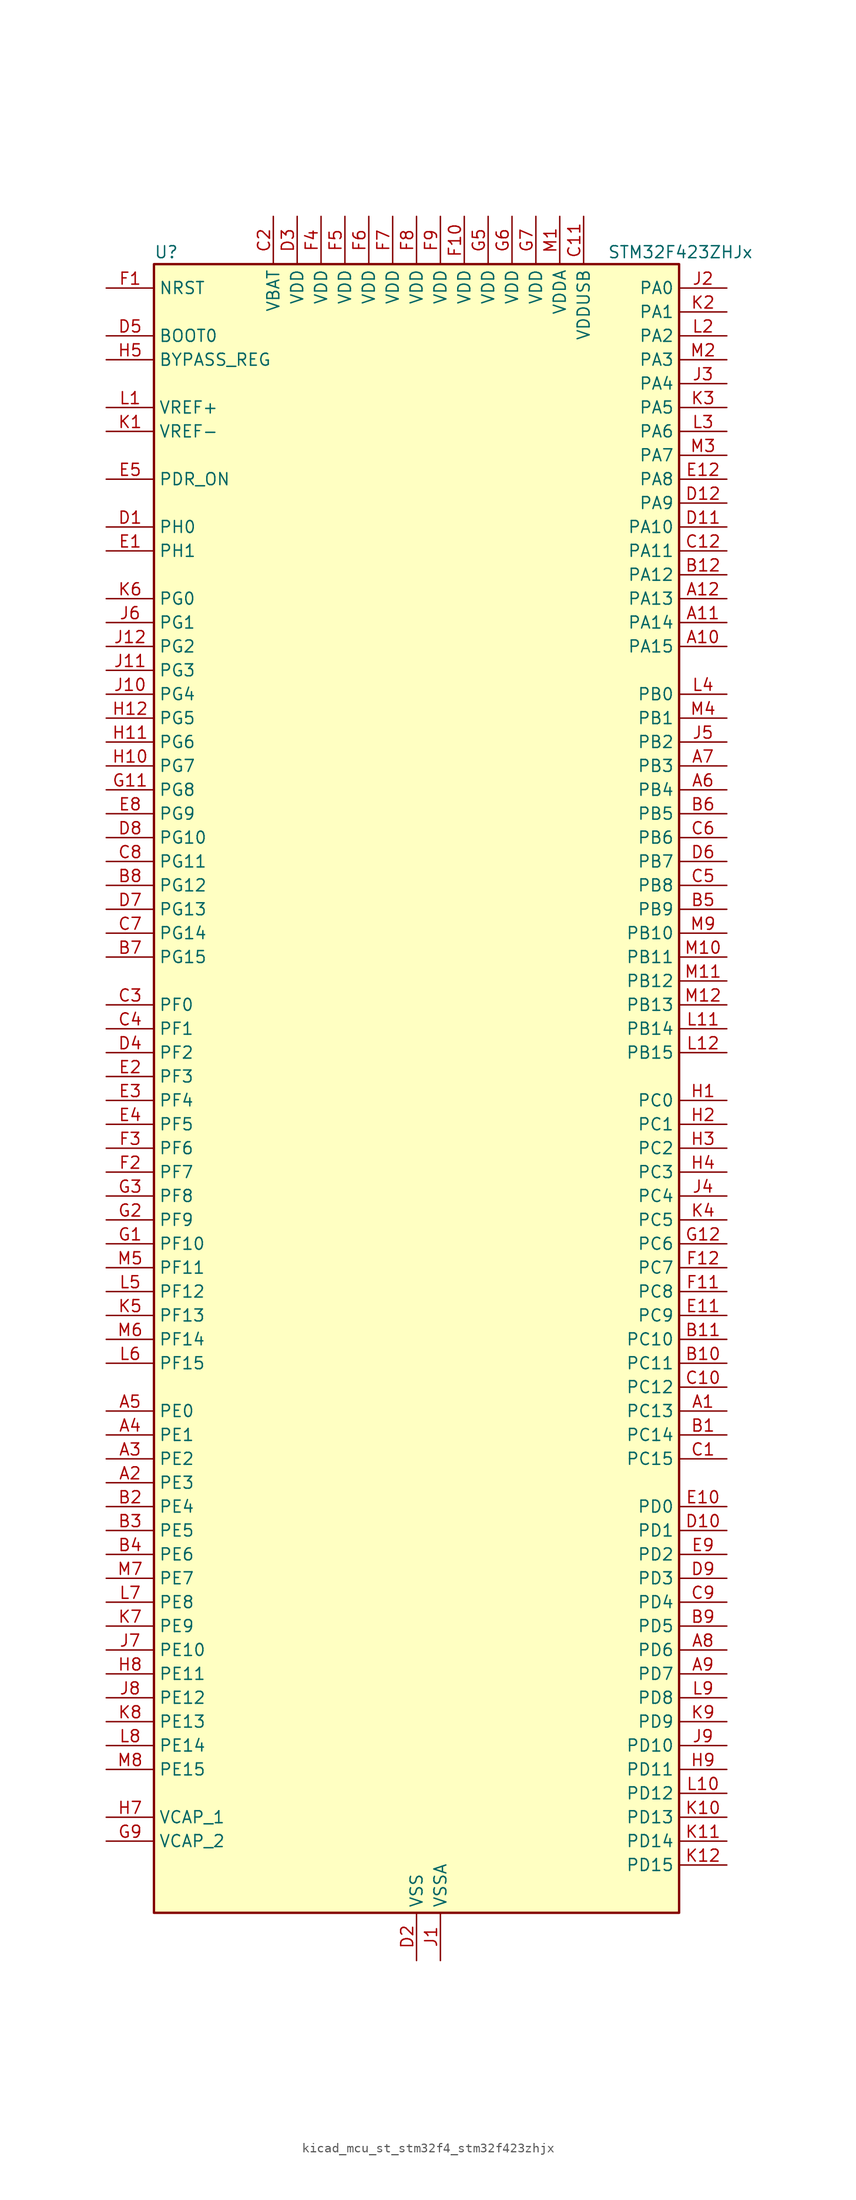
<source format=kicad_sym>
(kicad_symbol_lib
  (version 20220914)
  (generator kicad_symbol_editor)
  (symbol "kicad_mcu_st_stm32f4_stm32f423zhjx"
    (property "Reference" "U"
      (at -27.94 90.17 0)
      (effects (font (size 1.27 1.27)) (justify left)))
    (property "Value" "STM32F423ZHJx"
      (at 20.32 90.17 0)
      (effects (font (size 1.27 1.27)) (justify left)))
    (property "ki_locked" ""
      (at 0 0 0)
      (effects (font (size 1.27 1.27))))
    (symbol "kicad_mcu_st_stm32f4_stm32f423zhjx_0_1"
      (rectangle (start -27.94 -86.36) (end 27.94 88.9) (stroke (width 0.254) (type default)) (fill (type background))))
    (symbol "kicad_mcu_st_stm32f4_stm32f423zhjx_1_1"
      (pin bidirectional line (at 33.02 -33.02 180) (length 5.08) (name "PC13" (effects (font (size 1.27 1.27)))) (number "A1" (effects (font (size 1.27 1.27)))) (alternate "RTC_AF1" bidirectional line))
      (pin bidirectional line (at 33.02 48.26 180) (length 5.08) (name "PA15" (effects (font (size 1.27 1.27)))) (number "A10" (effects (font (size 1.27 1.27)))) (alternate "ADC1_EXTI15" bidirectional line) (alternate "CAN3_TX" bidirectional line) (alternate "I2S1_WS" bidirectional line) (alternate "I2S3_WS" bidirectional line) (alternate "SAI1_MCLK_A" bidirectional line) (alternate "SPI1_NSS" bidirectional line) (alternate "SPI3_NSS" bidirectional line) (alternate "SYS_JTDI" bidirectional line) (alternate "TIM2_CH1" bidirectional line) (alternate "TIM2_ETR" bidirectional line) (alternate "UART7_TX" bidirectional line) (alternate "USART1_TX" bidirectional line))
      (pin bidirectional line (at 33.02 50.8 180) (length 5.08) (name "PA14" (effects (font (size 1.27 1.27)))) (number "A11" (effects (font (size 1.27 1.27)))) (alternate "SYS_JTCK-SWCLK" bidirectional line))
      (pin bidirectional line (at 33.02 53.34 180) (length 5.08) (name "PA13" (effects (font (size 1.27 1.27)))) (number "A12" (effects (font (size 1.27 1.27)))) (alternate "SYS_JTMS-SWDIO" bidirectional line))
      (pin bidirectional line (at -33.02 -40.64 0) (length 5.08) (name "PE3" (effects (font (size 1.27 1.27)))) (number "A2" (effects (font (size 1.27 1.27)))) (alternate "FSMC_A19" bidirectional line) (alternate "SAI1_SD_B" bidirectional line) (alternate "SYS_TRACED0" bidirectional line) (alternate "UART10_TX" bidirectional line))
      (pin bidirectional line (at -33.02 -38.1 0) (length 5.08) (name "PE2" (effects (font (size 1.27 1.27)))) (number "A3" (effects (font (size 1.27 1.27)))) (alternate "FSMC_A23" bidirectional line) (alternate "I2S4_CK" bidirectional line) (alternate "I2S5_CK" bidirectional line) (alternate "QUADSPI_BK1_IO2" bidirectional line) (alternate "SAI1_MCLK_A" bidirectional line) (alternate "SPI4_SCK" bidirectional line) (alternate "SPI5_SCK" bidirectional line) (alternate "SYS_TRACECLK" bidirectional line) (alternate "UART10_RX" bidirectional line))
      (pin bidirectional line (at -33.02 -35.56 0) (length 5.08) (name "PE1" (effects (font (size 1.27 1.27)))) (number "A4" (effects (font (size 1.27 1.27)))) (alternate "DFSDM2_DATIN4" bidirectional line) (alternate "FSMC_NBL1" bidirectional line) (alternate "UART8_TX" bidirectional line))
      (pin bidirectional line (at -33.02 -33.02 0) (length 5.08) (name "PE0" (effects (font (size 1.27 1.27)))) (number "A5" (effects (font (size 1.27 1.27)))) (alternate "DFSDM2_CKIN4" bidirectional line) (alternate "FSMC_NBL0" bidirectional line) (alternate "TIM4_ETR" bidirectional line) (alternate "UART8_RX" bidirectional line))
      (pin bidirectional line (at 33.02 33.02 180) (length 5.08) (name "PB4" (effects (font (size 1.27 1.27)))) (number "A6" (effects (font (size 1.27 1.27)))) (alternate "CAN3_TX" bidirectional line) (alternate "I2C3_SDA" bidirectional line) (alternate "I2S3_ext_SD" bidirectional line) (alternate "SAI1_SCK_A" bidirectional line) (alternate "SDIO_D0" bidirectional line) (alternate "SPI1_MISO" bidirectional line) (alternate "SPI3_MISO" bidirectional line) (alternate "SYS_JTRST" bidirectional line) (alternate "TIM3_CH1" bidirectional line) (alternate "UART7_TX" bidirectional line))
      (pin bidirectional line (at 33.02 35.56 180) (length 5.08) (name "PB3" (effects (font (size 1.27 1.27)))) (number "A7" (effects (font (size 1.27 1.27)))) (alternate "CAN3_RX" bidirectional line) (alternate "FMPI2C1_SDA" bidirectional line) (alternate "I2C2_SDA" bidirectional line) (alternate "I2S1_CK" bidirectional line) (alternate "I2S3_CK" bidirectional line) (alternate "SAI1_SD_A" bidirectional line) (alternate "SPI1_SCK" bidirectional line) (alternate "SPI3_SCK" bidirectional line) (alternate "SYS_JTDO-SWO" bidirectional line) (alternate "TIM2_CH2" bidirectional line) (alternate "UART7_RX" bidirectional line) (alternate "USART1_RX" bidirectional line))
      (pin bidirectional line (at 33.02 -58.42 180) (length 5.08) (name "PD6" (effects (font (size 1.27 1.27)))) (number "A8" (effects (font (size 1.27 1.27)))) (alternate "DFSDM1_DATIN1" bidirectional line) (alternate "FSMC_NWAIT" bidirectional line) (alternate "I2S3_SD" bidirectional line) (alternate "SPI3_MOSI" bidirectional line) (alternate "USART2_RX" bidirectional line))
      (pin bidirectional line (at 33.02 -60.96 180) (length 5.08) (name "PD7" (effects (font (size 1.27 1.27)))) (number "A9" (effects (font (size 1.27 1.27)))) (alternate "DFSDM1_CKIN1" bidirectional line) (alternate "FSMC_NE1" bidirectional line) (alternate "USART2_CK" bidirectional line))
      (pin bidirectional line (at 33.02 -35.56 180) (length 5.08) (name "PC14" (effects (font (size 1.27 1.27)))) (number "B1" (effects (font (size 1.27 1.27)))) (alternate "RCC_OSC32_IN" bidirectional line))
      (pin bidirectional line (at 33.02 -27.94 180) (length 5.08) (name "PC11" (effects (font (size 1.27 1.27)))) (number "B10" (effects (font (size 1.27 1.27)))) (alternate "ADC1_EXTI11" bidirectional line) (alternate "DFSDM2_DATIN5" bidirectional line) (alternate "FSMC_D2" bidirectional line) (alternate "FSMC_DA2" bidirectional line) (alternate "I2S3_ext_SD" bidirectional line) (alternate "QUADSPI_BK2_NCS" bidirectional line) (alternate "SDIO_D3" bidirectional line) (alternate "SPI3_MISO" bidirectional line) (alternate "UART4_RX" bidirectional line) (alternate "USART3_RX" bidirectional line))
      (pin bidirectional line (at 33.02 -25.4 180) (length 5.08) (name "PC10" (effects (font (size 1.27 1.27)))) (number "B11" (effects (font (size 1.27 1.27)))) (alternate "DFSDM2_CKIN5" bidirectional line) (alternate "I2S3_CK" bidirectional line) (alternate "QUADSPI_BK1_IO1" bidirectional line) (alternate "SDIO_D2" bidirectional line) (alternate "SPI3_SCK" bidirectional line) (alternate "USART3_TX" bidirectional line))
      (pin bidirectional line (at 33.02 55.88 180) (length 5.08) (name "PA12" (effects (font (size 1.27 1.27)))) (number "B12" (effects (font (size 1.27 1.27)))) (alternate "CAN1_TX" bidirectional line) (alternate "DFSDM2_DATIN5" bidirectional line) (alternate "SPI2_MISO" bidirectional line) (alternate "SPI5_MISO" bidirectional line) (alternate "TIM1_ETR" bidirectional line) (alternate "UART4_TX" bidirectional line) (alternate "USART1_RTS" bidirectional line) (alternate "USART6_RX" bidirectional line) (alternate "USB_OTG_FS_DP" bidirectional line))
      (pin bidirectional line (at -33.02 -43.18 0) (length 5.08) (name "PE4" (effects (font (size 1.27 1.27)))) (number "B2" (effects (font (size 1.27 1.27)))) (alternate "DFSDM1_DATIN3" bidirectional line) (alternate "FSMC_A20" bidirectional line) (alternate "I2S4_WS" bidirectional line) (alternate "I2S5_WS" bidirectional line) (alternate "SAI1_SD_A" bidirectional line) (alternate "SPI4_NSS" bidirectional line) (alternate "SPI5_NSS" bidirectional line) (alternate "SYS_TRACED1" bidirectional line))
      (pin bidirectional line (at -33.02 -45.72 0) (length 5.08) (name "PE5" (effects (font (size 1.27 1.27)))) (number "B3" (effects (font (size 1.27 1.27)))) (alternate "DFSDM1_CKIN3" bidirectional line) (alternate "FSMC_A21" bidirectional line) (alternate "SAI1_SCK_A" bidirectional line) (alternate "SPI4_MISO" bidirectional line) (alternate "SPI5_MISO" bidirectional line) (alternate "SYS_TRACED2" bidirectional line) (alternate "TIM9_CH1" bidirectional line))
      (pin bidirectional line (at -33.02 -48.26 0) (length 5.08) (name "PE6" (effects (font (size 1.27 1.27)))) (number "B4" (effects (font (size 1.27 1.27)))) (alternate "FSMC_A22" bidirectional line) (alternate "I2S4_SD" bidirectional line) (alternate "I2S5_SD" bidirectional line) (alternate "SAI1_FS_A" bidirectional line) (alternate "SPI4_MOSI" bidirectional line) (alternate "SPI5_MOSI" bidirectional line) (alternate "SYS_TRACED3" bidirectional line) (alternate "TIM9_CH2" bidirectional line))
      (pin bidirectional line (at 33.02 20.32 180) (length 5.08) (name "PB9" (effects (font (size 1.27 1.27)))) (number "B5" (effects (font (size 1.27 1.27)))) (alternate "CAN1_TX" bidirectional line) (alternate "DAC_EXTI9" bidirectional line) (alternate "DFSDM2_DATIN1" bidirectional line) (alternate "I2C1_SDA" bidirectional line) (alternate "I2C2_SDA" bidirectional line) (alternate "I2S2_WS" bidirectional line) (alternate "SDIO_D5" bidirectional line) (alternate "SPI2_NSS" bidirectional line) (alternate "TIM11_CH1" bidirectional line) (alternate "TIM4_CH4" bidirectional line) (alternate "UART5_TX" bidirectional line))
      (pin bidirectional line (at 33.02 30.48 180) (length 5.08) (name "PB5" (effects (font (size 1.27 1.27)))) (number "B6" (effects (font (size 1.27 1.27)))) (alternate "CAN2_RX" bidirectional line) (alternate "I2C1_SMBA" bidirectional line) (alternate "I2S1_SD" bidirectional line) (alternate "I2S3_SD" bidirectional line) (alternate "LPTIM1_IN1" bidirectional line) (alternate "SAI1_FS_A" bidirectional line) (alternate "SDIO_D3" bidirectional line) (alternate "SPI1_MOSI" bidirectional line) (alternate "SPI3_MOSI" bidirectional line) (alternate "TIM3_CH2" bidirectional line) (alternate "UART5_RX" bidirectional line))
      (pin bidirectional line (at -33.02 15.24 0) (length 5.08) (name "PG15" (effects (font (size 1.27 1.27)))) (number "B7" (effects (font (size 1.27 1.27)))) (alternate "ADC1_EXTI15" bidirectional line) (alternate "USART6_CTS" bidirectional line))
      (pin bidirectional line (at -33.02 22.86 0) (length 5.08) (name "PG12" (effects (font (size 1.27 1.27)))) (number "B8" (effects (font (size 1.27 1.27)))) (alternate "CAN2_TX" bidirectional line) (alternate "FSMC_NE4" bidirectional line) (alternate "UART10_TX" bidirectional line) (alternate "USART6_RTS" bidirectional line))
      (pin bidirectional line (at 33.02 -55.88 180) (length 5.08) (name "PD5" (effects (font (size 1.27 1.27)))) (number "B9" (effects (font (size 1.27 1.27)))) (alternate "DFSDM2_CKOUT" bidirectional line) (alternate "FSMC_NWE" bidirectional line) (alternate "USART2_TX" bidirectional line))
      (pin bidirectional line (at 33.02 -38.1 180) (length 5.08) (name "PC15" (effects (font (size 1.27 1.27)))) (number "C1" (effects (font (size 1.27 1.27)))) (alternate "ADC1_EXTI15" bidirectional line) (alternate "RCC_OSC32_OUT" bidirectional line))
      (pin bidirectional line (at 33.02 -30.48 180) (length 5.08) (name "PC12" (effects (font (size 1.27 1.27)))) (number "C10" (effects (font (size 1.27 1.27)))) (alternate "FSMC_D3" bidirectional line) (alternate "FSMC_DA3" bidirectional line) (alternate "I2S3_SD" bidirectional line) (alternate "SDIO_CK" bidirectional line) (alternate "SPI3_MOSI" bidirectional line) (alternate "UART5_TX" bidirectional line) (alternate "USART3_CK" bidirectional line))
      (pin power_in line (at 17.78 93.98 270) (length 5.08) (name "VDDUSB" (effects (font (size 1.27 1.27)))) (number "C11" (effects (font (size 1.27 1.27)))))
      (pin bidirectional line (at 33.02 58.42 180) (length 5.08) (name "PA11" (effects (font (size 1.27 1.27)))) (number "C12" (effects (font (size 1.27 1.27)))) (alternate "ADC1_EXTI11" bidirectional line) (alternate "CAN1_RX" bidirectional line) (alternate "DFSDM2_CKIN5" bidirectional line) (alternate "I2S2_WS" bidirectional line) (alternate "SPI2_NSS" bidirectional line) (alternate "SPI4_MISO" bidirectional line) (alternate "TIM1_CH4" bidirectional line) (alternate "UART4_RX" bidirectional line) (alternate "USART1_CTS" bidirectional line) (alternate "USART6_TX" bidirectional line) (alternate "USB_OTG_FS_DM" bidirectional line))
      (pin power_in line (at -15.24 93.98 270) (length 5.08) (name "VBAT" (effects (font (size 1.27 1.27)))) (number "C2" (effects (font (size 1.27 1.27)))))
      (pin bidirectional line (at -33.02 10.16 0) (length 5.08) (name "PF0" (effects (font (size 1.27 1.27)))) (number "C3" (effects (font (size 1.27 1.27)))) (alternate "FSMC_A0" bidirectional line) (alternate "I2C2_SDA" bidirectional line))
      (pin bidirectional line (at -33.02 7.62 0) (length 5.08) (name "PF1" (effects (font (size 1.27 1.27)))) (number "C4" (effects (font (size 1.27 1.27)))) (alternate "FSMC_A1" bidirectional line) (alternate "I2C2_SCL" bidirectional line))
      (pin bidirectional line (at 33.02 22.86 180) (length 5.08) (name "PB8" (effects (font (size 1.27 1.27)))) (number "C5" (effects (font (size 1.27 1.27)))) (alternate "CAN1_RX" bidirectional line) (alternate "DFSDM2_CKIN1" bidirectional line) (alternate "I2C1_SCL" bidirectional line) (alternate "I2C3_SDA" bidirectional line) (alternate "I2S5_SD" bidirectional line) (alternate "LPTIM1_OUT" bidirectional line) (alternate "SDIO_D4" bidirectional line) (alternate "SPI5_MOSI" bidirectional line) (alternate "TIM10_CH1" bidirectional line) (alternate "TIM4_CH3" bidirectional line) (alternate "UART5_RX" bidirectional line))
      (pin bidirectional line (at 33.02 27.94 180) (length 5.08) (name "PB6" (effects (font (size 1.27 1.27)))) (number "C6" (effects (font (size 1.27 1.27)))) (alternate "CAN2_TX" bidirectional line) (alternate "DFSDM2_CKIN7" bidirectional line) (alternate "I2C1_SCL" bidirectional line) (alternate "LPTIM1_ETR" bidirectional line) (alternate "QUADSPI_BK1_NCS" bidirectional line) (alternate "SDIO_D0" bidirectional line) (alternate "TIM4_CH1" bidirectional line) (alternate "UART5_TX" bidirectional line) (alternate "USART1_TX" bidirectional line))
      (pin bidirectional line (at -33.02 17.78 0) (length 5.08) (name "PG14" (effects (font (size 1.27 1.27)))) (number "C7" (effects (font (size 1.27 1.27)))) (alternate "FSMC_A25" bidirectional line) (alternate "QUADSPI_BK2_IO3" bidirectional line) (alternate "SYS_TRACED3" bidirectional line) (alternate "USART6_TX" bidirectional line))
      (pin bidirectional line (at -33.02 25.4 0) (length 5.08) (name "PG11" (effects (font (size 1.27 1.27)))) (number "C8" (effects (font (size 1.27 1.27)))) (alternate "ADC1_EXTI11" bidirectional line) (alternate "CAN2_RX" bidirectional line) (alternate "UART10_RX" bidirectional line))
      (pin bidirectional line (at 33.02 -53.34 180) (length 5.08) (name "PD4" (effects (font (size 1.27 1.27)))) (number "C9" (effects (font (size 1.27 1.27)))) (alternate "DFSDM1_CKIN0" bidirectional line) (alternate "FSMC_NOE" bidirectional line) (alternate "USART2_RTS" bidirectional line))
      (pin bidirectional line (at -33.02 60.96 0) (length 5.08) (name "PH0" (effects (font (size 1.27 1.27)))) (number "D1" (effects (font (size 1.27 1.27)))) (alternate "RCC_OSC_IN" bidirectional line))
      (pin bidirectional line (at 33.02 -45.72 180) (length 5.08) (name "PD1" (effects (font (size 1.27 1.27)))) (number "D10" (effects (font (size 1.27 1.27)))) (alternate "CAN1_TX" bidirectional line) (alternate "DFSDM2_DATIN6" bidirectional line) (alternate "FSMC_D3" bidirectional line) (alternate "FSMC_DA3" bidirectional line) (alternate "UART4_TX" bidirectional line))
      (pin bidirectional line (at 33.02 60.96 180) (length 5.08) (name "PA10" (effects (font (size 1.27 1.27)))) (number "D11" (effects (font (size 1.27 1.27)))) (alternate "DFSDM2_DATIN3" bidirectional line) (alternate "I2S2_SD" bidirectional line) (alternate "I2S5_SD" bidirectional line) (alternate "SPI2_MOSI" bidirectional line) (alternate "SPI5_MOSI" bidirectional line) (alternate "TIM1_CH3" bidirectional line) (alternate "USART1_RX" bidirectional line) (alternate "USB_OTG_FS_ID" bidirectional line))
      (pin bidirectional line (at 33.02 63.5 180) (length 5.08) (name "PA9" (effects (font (size 1.27 1.27)))) (number "D12" (effects (font (size 1.27 1.27)))) (alternate "DAC_EXTI9" bidirectional line) (alternate "DFSDM2_CKIN3" bidirectional line) (alternate "I2C3_SMBA" bidirectional line) (alternate "I2S2_CK" bidirectional line) (alternate "SDIO_D2" bidirectional line) (alternate "SPI2_SCK" bidirectional line) (alternate "TIM1_CH2" bidirectional line) (alternate "USART1_TX" bidirectional line) (alternate "USB_OTG_FS_VBUS" bidirectional line))
      (pin power_in line (at 0 -91.44 90) (length 5.08) (name "VSS" (effects (font (size 1.27 1.27)))) (number "D2" (effects (font (size 1.27 1.27)))))
      (pin power_in line (at -12.7 93.98 270) (length 5.08) (name "VDD" (effects (font (size 1.27 1.27)))) (number "D3" (effects (font (size 1.27 1.27)))))
      (pin bidirectional line (at -33.02 5.08 0) (length 5.08) (name "PF2" (effects (font (size 1.27 1.27)))) (number "D4" (effects (font (size 1.27 1.27)))) (alternate "FSMC_A2" bidirectional line) (alternate "I2C2_SMBA" bidirectional line))
      (pin input line (at -33.02 81.28 0) (length 5.08) (name "BOOT0" (effects (font (size 1.27 1.27)))) (number "D5" (effects (font (size 1.27 1.27)))))
      (pin bidirectional line (at 33.02 25.4 180) (length 5.08) (name "PB7" (effects (font (size 1.27 1.27)))) (number "D6" (effects (font (size 1.27 1.27)))) (alternate "DFSDM2_DATIN7" bidirectional line) (alternate "FSMC_NL" bidirectional line) (alternate "I2C1_SDA" bidirectional line) (alternate "LPTIM1_IN2" bidirectional line) (alternate "TIM4_CH2" bidirectional line) (alternate "USART1_RX" bidirectional line))
      (pin bidirectional line (at -33.02 20.32 0) (length 5.08) (name "PG13" (effects (font (size 1.27 1.27)))) (number "D7" (effects (font (size 1.27 1.27)))) (alternate "FSMC_A24" bidirectional line) (alternate "SYS_TRACED2" bidirectional line) (alternate "USART6_CTS" bidirectional line))
      (pin bidirectional line (at -33.02 27.94 0) (length 5.08) (name "PG10" (effects (font (size 1.27 1.27)))) (number "D8" (effects (font (size 1.27 1.27)))) (alternate "FSMC_NE3" bidirectional line))
      (pin bidirectional line (at 33.02 -50.8 180) (length 5.08) (name "PD3" (effects (font (size 1.27 1.27)))) (number "D9" (effects (font (size 1.27 1.27)))) (alternate "DFSDM1_DATIN0" bidirectional line) (alternate "FSMC_CLK" bidirectional line) (alternate "I2S2_CK" bidirectional line) (alternate "QUADSPI_CLK" bidirectional line) (alternate "SPI2_SCK" bidirectional line) (alternate "SYS_TRACED1" bidirectional line) (alternate "USART2_CTS" bidirectional line))
      (pin bidirectional line (at -33.02 58.42 0) (length 5.08) (name "PH1" (effects (font (size 1.27 1.27)))) (number "E1" (effects (font (size 1.27 1.27)))) (alternate "RCC_OSC_OUT" bidirectional line))
      (pin bidirectional line (at 33.02 -43.18 180) (length 5.08) (name "PD0" (effects (font (size 1.27 1.27)))) (number "E10" (effects (font (size 1.27 1.27)))) (alternate "CAN1_RX" bidirectional line) (alternate "DFSDM2_CKIN6" bidirectional line) (alternate "FSMC_D2" bidirectional line) (alternate "FSMC_DA2" bidirectional line) (alternate "UART4_RX" bidirectional line))
      (pin bidirectional line (at 33.02 -22.86 180) (length 5.08) (name "PC9" (effects (font (size 1.27 1.27)))) (number "E11" (effects (font (size 1.27 1.27)))) (alternate "DAC_EXTI9" bidirectional line) (alternate "DFSDM2_DATIN3" bidirectional line) (alternate "I2C3_SDA" bidirectional line) (alternate "I2S_CKIN" bidirectional line) (alternate "QUADSPI_BK1_IO0" bidirectional line) (alternate "RCC_MCO_2" bidirectional line) (alternate "SDIO_D1" bidirectional line) (alternate "TIM3_CH4" bidirectional line) (alternate "TIM8_CH4" bidirectional line))
      (pin bidirectional line (at 33.02 66.04 180) (length 5.08) (name "PA8" (effects (font (size 1.27 1.27)))) (number "E12" (effects (font (size 1.27 1.27)))) (alternate "CAN3_RX" bidirectional line) (alternate "DFSDM1_CKOUT" bidirectional line) (alternate "I2C3_SCL" bidirectional line) (alternate "RCC_MCO_1" bidirectional line) (alternate "SDIO_D1" bidirectional line) (alternate "TIM1_CH1" bidirectional line) (alternate "UART7_RX" bidirectional line) (alternate "USART1_CK" bidirectional line) (alternate "USB_OTG_FS_SOF" bidirectional line))
      (pin bidirectional line (at -33.02 2.54 0) (length 5.08) (name "PF3" (effects (font (size 1.27 1.27)))) (number "E2" (effects (font (size 1.27 1.27)))) (alternate "FSMC_A3" bidirectional line) (alternate "TIM5_CH1" bidirectional line))
      (pin bidirectional line (at -33.02 0 0) (length 5.08) (name "PF4" (effects (font (size 1.27 1.27)))) (number "E3" (effects (font (size 1.27 1.27)))) (alternate "FSMC_A4" bidirectional line) (alternate "TIM5_CH2" bidirectional line))
      (pin bidirectional line (at -33.02 -2.54 0) (length 5.08) (name "PF5" (effects (font (size 1.27 1.27)))) (number "E4" (effects (font (size 1.27 1.27)))) (alternate "FSMC_A5" bidirectional line) (alternate "TIM5_CH3" bidirectional line))
      (pin input line (at -33.02 66.04 0) (length 5.08) (name "PDR_ON" (effects (font (size 1.27 1.27)))) (number "E5" (effects (font (size 1.27 1.27)))))
      (pin passive line (at 0 -91.44 90) (length 5.08) hide (name "VSS" (effects (font (size 1.27 1.27)))) (number "E6" (effects (font (size 1.27 1.27)))))
      (pin passive line (at 0 -91.44 90) (length 5.08) hide (name "VSS" (effects (font (size 1.27 1.27)))) (number "E7" (effects (font (size 1.27 1.27)))))
      (pin bidirectional line (at -33.02 30.48 0) (length 5.08) (name "PG9" (effects (font (size 1.27 1.27)))) (number "E8" (effects (font (size 1.27 1.27)))) (alternate "DAC_EXTI9" bidirectional line) (alternate "FSMC_NE2" bidirectional line) (alternate "QUADSPI_BK2_IO2" bidirectional line) (alternate "USART6_RX" bidirectional line))
      (pin bidirectional line (at 33.02 -48.26 180) (length 5.08) (name "PD2" (effects (font (size 1.27 1.27)))) (number "E9" (effects (font (size 1.27 1.27)))) (alternate "DFSDM2_CKOUT" bidirectional line) (alternate "FSMC_NWE" bidirectional line) (alternate "SDIO_CMD" bidirectional line) (alternate "TIM3_ETR" bidirectional line) (alternate "UART5_RX" bidirectional line))
      (pin input line (at -33.02 86.36 0) (length 5.08) (name "NRST" (effects (font (size 1.27 1.27)))) (number "F1" (effects (font (size 1.27 1.27)))))
      (pin power_in line (at 5.08 93.98 270) (length 5.08) (name "VDD" (effects (font (size 1.27 1.27)))) (number "F10" (effects (font (size 1.27 1.27)))))
      (pin bidirectional line (at 33.02 -20.32 180) (length 5.08) (name "PC8" (effects (font (size 1.27 1.27)))) (number "F11" (effects (font (size 1.27 1.27)))) (alternate "DFSDM2_CKIN3" bidirectional line) (alternate "QUADSPI_BK1_IO2" bidirectional line) (alternate "SDIO_D0" bidirectional line) (alternate "TIM3_CH3" bidirectional line) (alternate "TIM8_CH3" bidirectional line) (alternate "USART6_CK" bidirectional line))
      (pin bidirectional line (at 33.02 -17.78 180) (length 5.08) (name "PC7" (effects (font (size 1.27 1.27)))) (number "F12" (effects (font (size 1.27 1.27)))) (alternate "DFSDM1_DATIN3" bidirectional line) (alternate "DFSDM2_CKIN6" bidirectional line) (alternate "FMPI2C1_SDA" bidirectional line) (alternate "I2S2_CK" bidirectional line) (alternate "I2S3_MCK" bidirectional line) (alternate "SDIO_D7" bidirectional line) (alternate "SPI2_SCK" bidirectional line) (alternate "TIM3_CH2" bidirectional line) (alternate "TIM8_CH2" bidirectional line) (alternate "USART6_RX" bidirectional line))
      (pin bidirectional line (at -33.02 -7.62 0) (length 5.08) (name "PF7" (effects (font (size 1.27 1.27)))) (number "F2" (effects (font (size 1.27 1.27)))) (alternate "QUADSPI_BK1_IO2" bidirectional line) (alternate "SAI1_MCLK_B" bidirectional line) (alternate "SYS_TRACED1" bidirectional line) (alternate "TIM11_CH1" bidirectional line) (alternate "UART7_TX" bidirectional line))
      (pin bidirectional line (at -33.02 -5.08 0) (length 5.08) (name "PF6" (effects (font (size 1.27 1.27)))) (number "F3" (effects (font (size 1.27 1.27)))) (alternate "QUADSPI_BK1_IO3" bidirectional line) (alternate "SAI1_SD_B" bidirectional line) (alternate "SYS_TRACED0" bidirectional line) (alternate "TIM10_CH1" bidirectional line) (alternate "UART7_RX" bidirectional line))
      (pin power_in line (at -10.16 93.98 270) (length 5.08) (name "VDD" (effects (font (size 1.27 1.27)))) (number "F4" (effects (font (size 1.27 1.27)))))
      (pin power_in line (at -7.62 93.98 270) (length 5.08) (name "VDD" (effects (font (size 1.27 1.27)))) (number "F5" (effects (font (size 1.27 1.27)))))
      (pin power_in line (at -5.08 93.98 270) (length 5.08) (name "VDD" (effects (font (size 1.27 1.27)))) (number "F6" (effects (font (size 1.27 1.27)))))
      (pin power_in line (at -2.54 93.98 270) (length 5.08) (name "VDD" (effects (font (size 1.27 1.27)))) (number "F7" (effects (font (size 1.27 1.27)))))
      (pin power_in line (at 0 93.98 270) (length 5.08) (name "VDD" (effects (font (size 1.27 1.27)))) (number "F8" (effects (font (size 1.27 1.27)))))
      (pin power_in line (at 2.54 93.98 270) (length 5.08) (name "VDD" (effects (font (size 1.27 1.27)))) (number "F9" (effects (font (size 1.27 1.27)))))
      (pin bidirectional line (at -33.02 -15.24 0) (length 5.08) (name "PF10" (effects (font (size 1.27 1.27)))) (number "G1" (effects (font (size 1.27 1.27)))) (alternate "TIM1_ETR" bidirectional line) (alternate "TIM5_CH4" bidirectional line))
      (pin passive line (at 0 -91.44 90) (length 5.08) hide (name "VSS" (effects (font (size 1.27 1.27)))) (number "G10" (effects (font (size 1.27 1.27)))))
      (pin bidirectional line (at -33.02 33.02 0) (length 5.08) (name "PG8" (effects (font (size 1.27 1.27)))) (number "G11" (effects (font (size 1.27 1.27)))) (alternate "USART6_RTS" bidirectional line))
      (pin bidirectional line (at 33.02 -15.24 180) (length 5.08) (name "PC6" (effects (font (size 1.27 1.27)))) (number "G12" (effects (font (size 1.27 1.27)))) (alternate "DFSDM1_CKIN3" bidirectional line) (alternate "DFSDM2_DATIN6" bidirectional line) (alternate "FMPI2C1_SCL" bidirectional line) (alternate "FSMC_D1" bidirectional line) (alternate "FSMC_DA1" bidirectional line) (alternate "I2S2_MCK" bidirectional line) (alternate "SDIO_D6" bidirectional line) (alternate "TIM3_CH1" bidirectional line) (alternate "TIM8_CH1" bidirectional line) (alternate "USART6_TX" bidirectional line))
      (pin bidirectional line (at -33.02 -12.7 0) (length 5.08) (name "PF9" (effects (font (size 1.27 1.27)))) (number "G2" (effects (font (size 1.27 1.27)))) (alternate "DAC_EXTI9" bidirectional line) (alternate "QUADSPI_BK1_IO1" bidirectional line) (alternate "SAI1_FS_B" bidirectional line) (alternate "TIM14_CH1" bidirectional line) (alternate "UART8_TX" bidirectional line))
      (pin bidirectional line (at -33.02 -10.16 0) (length 5.08) (name "PF8" (effects (font (size 1.27 1.27)))) (number "G3" (effects (font (size 1.27 1.27)))) (alternate "QUADSPI_BK1_IO0" bidirectional line) (alternate "SAI1_SCK_B" bidirectional line) (alternate "TIM13_CH1" bidirectional line) (alternate "UART8_RX" bidirectional line))
      (pin passive line (at 0 -91.44 90) (length 5.08) hide (name "VSS" (effects (font (size 1.27 1.27)))) (number "G4" (effects (font (size 1.27 1.27)))))
      (pin power_in line (at 7.62 93.98 270) (length 5.08) (name "VDD" (effects (font (size 1.27 1.27)))) (number "G5" (effects (font (size 1.27 1.27)))))
      (pin power_in line (at 10.16 93.98 270) (length 5.08) (name "VDD" (effects (font (size 1.27 1.27)))) (number "G6" (effects (font (size 1.27 1.27)))))
      (pin power_in line (at 12.7 93.98 270) (length 5.08) (name "VDD" (effects (font (size 1.27 1.27)))) (number "G7" (effects (font (size 1.27 1.27)))))
      (pin passive line (at 0 -91.44 90) (length 5.08) hide (name "VSS" (effects (font (size 1.27 1.27)))) (number "G8" (effects (font (size 1.27 1.27)))))
      (pin power_out line (at -33.02 -78.74 0) (length 5.08) (name "VCAP_2" (effects (font (size 1.27 1.27)))) (number "G9" (effects (font (size 1.27 1.27)))))
      (pin bidirectional line (at 33.02 0 180) (length 5.08) (name "PC0" (effects (font (size 1.27 1.27)))) (number "H1" (effects (font (size 1.27 1.27)))) (alternate "ADC1_IN10" bidirectional line) (alternate "DFSDM2_CKIN4" bidirectional line) (alternate "LPTIM1_IN1" bidirectional line) (alternate "SAI1_MCLK_B" bidirectional line) (alternate "SYS_WKUP2" bidirectional line))
      (pin bidirectional line (at -33.02 35.56 0) (length 5.08) (name "PG7" (effects (font (size 1.27 1.27)))) (number "H10" (effects (font (size 1.27 1.27)))) (alternate "USART6_CK" bidirectional line))
      (pin bidirectional line (at -33.02 38.1 0) (length 5.08) (name "PG6" (effects (font (size 1.27 1.27)))) (number "H11" (effects (font (size 1.27 1.27)))) (alternate "QUADSPI_BK1_NCS" bidirectional line))
      (pin bidirectional line (at -33.02 40.64 0) (length 5.08) (name "PG5" (effects (font (size 1.27 1.27)))) (number "H12" (effects (font (size 1.27 1.27)))) (alternate "FSMC_A15" bidirectional line))
      (pin bidirectional line (at 33.02 -2.54 180) (length 5.08) (name "PC1" (effects (font (size 1.27 1.27)))) (number "H2" (effects (font (size 1.27 1.27)))) (alternate "ADC1_IN11" bidirectional line) (alternate "DFSDM2_DATIN4" bidirectional line) (alternate "LPTIM1_OUT" bidirectional line) (alternate "SAI1_SD_B" bidirectional line) (alternate "SYS_WKUP3" bidirectional line))
      (pin bidirectional line (at 33.02 -5.08 180) (length 5.08) (name "PC2" (effects (font (size 1.27 1.27)))) (number "H3" (effects (font (size 1.27 1.27)))) (alternate "ADC1_IN12" bidirectional line) (alternate "DFSDM1_CKOUT" bidirectional line) (alternate "DFSDM2_DATIN7" bidirectional line) (alternate "FSMC_NWE" bidirectional line) (alternate "I2S2_ext_SD" bidirectional line) (alternate "LPTIM1_IN2" bidirectional line) (alternate "SAI1_SCK_B" bidirectional line) (alternate "SPI2_MISO" bidirectional line))
      (pin bidirectional line (at 33.02 -7.62 180) (length 5.08) (name "PC3" (effects (font (size 1.27 1.27)))) (number "H4" (effects (font (size 1.27 1.27)))) (alternate "ADC1_IN13" bidirectional line) (alternate "DFSDM2_CKIN7" bidirectional line) (alternate "FSMC_A0" bidirectional line) (alternate "I2S2_SD" bidirectional line) (alternate "LPTIM1_ETR" bidirectional line) (alternate "SAI1_FS_B" bidirectional line) (alternate "SPI2_MOSI" bidirectional line))
      (pin input line (at -33.02 78.74 0) (length 5.08) (name "BYPASS_REG" (effects (font (size 1.27 1.27)))) (number "H5" (effects (font (size 1.27 1.27)))))
      (pin passive line (at 0 -91.44 90) (length 5.08) hide (name "VSS" (effects (font (size 1.27 1.27)))) (number "H6" (effects (font (size 1.27 1.27)))))
      (pin power_out line (at -33.02 -76.2 0) (length 5.08) (name "VCAP_1" (effects (font (size 1.27 1.27)))) (number "H7" (effects (font (size 1.27 1.27)))))
      (pin bidirectional line (at -33.02 -60.96 0) (length 5.08) (name "PE11" (effects (font (size 1.27 1.27)))) (number "H8" (effects (font (size 1.27 1.27)))) (alternate "ADC1_EXTI11" bidirectional line) (alternate "DFSDM2_CKIN0" bidirectional line) (alternate "FSMC_D8" bidirectional line) (alternate "FSMC_DA8" bidirectional line) (alternate "I2S4_WS" bidirectional line) (alternate "I2S5_WS" bidirectional line) (alternate "SPI4_NSS" bidirectional line) (alternate "SPI5_NSS" bidirectional line) (alternate "TIM1_CH2" bidirectional line))
      (pin bidirectional line (at 33.02 -71.12 180) (length 5.08) (name "PD11" (effects (font (size 1.27 1.27)))) (number "H9" (effects (font (size 1.27 1.27)))) (alternate "ADC1_EXTI11" bidirectional line) (alternate "DFSDM2_DATIN2" bidirectional line) (alternate "FMPI2C1_SMBA" bidirectional line) (alternate "FSMC_A16" bidirectional line) (alternate "QUADSPI_BK1_IO0" bidirectional line) (alternate "USART3_CTS" bidirectional line))
      (pin power_in line (at 2.54 -91.44 90) (length 5.08) (name "VSSA" (effects (font (size 1.27 1.27)))) (number "J1" (effects (font (size 1.27 1.27)))))
      (pin bidirectional line (at -33.02 43.18 0) (length 5.08) (name "PG4" (effects (font (size 1.27 1.27)))) (number "J10" (effects (font (size 1.27 1.27)))) (alternate "FSMC_A14" bidirectional line))
      (pin bidirectional line (at -33.02 45.72 0) (length 5.08) (name "PG3" (effects (font (size 1.27 1.27)))) (number "J11" (effects (font (size 1.27 1.27)))) (alternate "FSMC_A13" bidirectional line))
      (pin bidirectional line (at -33.02 48.26 0) (length 5.08) (name "PG2" (effects (font (size 1.27 1.27)))) (number "J12" (effects (font (size 1.27 1.27)))) (alternate "FSMC_A12" bidirectional line))
      (pin bidirectional line (at 33.02 86.36 180) (length 5.08) (name "PA0" (effects (font (size 1.27 1.27)))) (number "J2" (effects (font (size 1.27 1.27)))) (alternate "ADC1_IN0" bidirectional line) (alternate "SYS_WKUP1" bidirectional line) (alternate "TIM2_CH1" bidirectional line) (alternate "TIM2_ETR" bidirectional line) (alternate "TIM5_CH1" bidirectional line) (alternate "TIM8_ETR" bidirectional line) (alternate "UART4_TX" bidirectional line) (alternate "USART2_CTS" bidirectional line))
      (pin bidirectional line (at 33.02 76.2 180) (length 5.08) (name "PA4" (effects (font (size 1.27 1.27)))) (number "J3" (effects (font (size 1.27 1.27)))) (alternate "ADC1_IN4" bidirectional line) (alternate "DAC_OUT1" bidirectional line) (alternate "DFSDM1_DATIN1" bidirectional line) (alternate "FSMC_D6" bidirectional line) (alternate "FSMC_DA6" bidirectional line) (alternate "I2S1_WS" bidirectional line) (alternate "I2S3_WS" bidirectional line) (alternate "SPI1_NSS" bidirectional line) (alternate "SPI3_NSS" bidirectional line) (alternate "USART2_CK" bidirectional line))
      (pin bidirectional line (at 33.02 -10.16 180) (length 5.08) (name "PC4" (effects (font (size 1.27 1.27)))) (number "J4" (effects (font (size 1.27 1.27)))) (alternate "ADC1_IN14" bidirectional line) (alternate "DFSDM2_CKIN2" bidirectional line) (alternate "FSMC_NE4" bidirectional line) (alternate "I2S1_MCK" bidirectional line) (alternate "QUADSPI_BK2_IO2" bidirectional line))
      (pin bidirectional line (at 33.02 38.1 180) (length 5.08) (name "PB2" (effects (font (size 1.27 1.27)))) (number "J5" (effects (font (size 1.27 1.27)))) (alternate "DFSDM1_CKIN0" bidirectional line) (alternate "LPTIM1_OUT" bidirectional line) (alternate "QUADSPI_CLK" bidirectional line))
      (pin bidirectional line (at -33.02 50.8 0) (length 5.08) (name "PG1" (effects (font (size 1.27 1.27)))) (number "J6" (effects (font (size 1.27 1.27)))) (alternate "CAN1_TX" bidirectional line) (alternate "FSMC_A11" bidirectional line) (alternate "UART9_TX" bidirectional line))
      (pin bidirectional line (at -33.02 -58.42 0) (length 5.08) (name "PE10" (effects (font (size 1.27 1.27)))) (number "J7" (effects (font (size 1.27 1.27)))) (alternate "DFSDM2_DATIN0" bidirectional line) (alternate "FSMC_D7" bidirectional line) (alternate "FSMC_DA7" bidirectional line) (alternate "QUADSPI_BK2_IO3" bidirectional line) (alternate "TIM1_CH2N" bidirectional line))
      (pin bidirectional line (at -33.02 -63.5 0) (length 5.08) (name "PE12" (effects (font (size 1.27 1.27)))) (number "J8" (effects (font (size 1.27 1.27)))) (alternate "DFSDM2_DATIN7" bidirectional line) (alternate "FSMC_D9" bidirectional line) (alternate "FSMC_DA9" bidirectional line) (alternate "I2S4_CK" bidirectional line) (alternate "I2S5_CK" bidirectional line) (alternate "SPI4_SCK" bidirectional line) (alternate "SPI5_SCK" bidirectional line) (alternate "TIM1_CH3N" bidirectional line))
      (pin bidirectional line (at 33.02 -68.58 180) (length 5.08) (name "PD10" (effects (font (size 1.27 1.27)))) (number "J9" (effects (font (size 1.27 1.27)))) (alternate "FSMC_D15" bidirectional line) (alternate "FSMC_DA15" bidirectional line) (alternate "UART4_TX" bidirectional line) (alternate "USART3_CK" bidirectional line))
      (pin input line (at -33.02 71.12 0) (length 5.08) (name "VREF-" (effects (font (size 1.27 1.27)))) (number "K1" (effects (font (size 1.27 1.27)))))
      (pin bidirectional line (at 33.02 -76.2 180) (length 5.08) (name "PD13" (effects (font (size 1.27 1.27)))) (number "K10" (effects (font (size 1.27 1.27)))) (alternate "FMPI2C1_SDA" bidirectional line) (alternate "FSMC_A18" bidirectional line) (alternate "QUADSPI_BK1_IO3" bidirectional line) (alternate "TIM4_CH2" bidirectional line))
      (pin bidirectional line (at 33.02 -78.74 180) (length 5.08) (name "PD14" (effects (font (size 1.27 1.27)))) (number "K11" (effects (font (size 1.27 1.27)))) (alternate "DFSDM2_CKIN0" bidirectional line) (alternate "FMPI2C1_SCL" bidirectional line) (alternate "FSMC_D0" bidirectional line) (alternate "FSMC_DA0" bidirectional line) (alternate "TIM4_CH3" bidirectional line) (alternate "UART9_RX" bidirectional line))
      (pin bidirectional line (at 33.02 -81.28 180) (length 5.08) (name "PD15" (effects (font (size 1.27 1.27)))) (number "K12" (effects (font (size 1.27 1.27)))) (alternate "ADC1_EXTI15" bidirectional line) (alternate "DFSDM2_DATIN0" bidirectional line) (alternate "FMPI2C1_SDA" bidirectional line) (alternate "FSMC_D1" bidirectional line) (alternate "FSMC_DA1" bidirectional line) (alternate "TIM4_CH4" bidirectional line) (alternate "UART9_TX" bidirectional line))
      (pin bidirectional line (at 33.02 83.82 180) (length 5.08) (name "PA1" (effects (font (size 1.27 1.27)))) (number "K2" (effects (font (size 1.27 1.27)))) (alternate "ADC1_IN1" bidirectional line) (alternate "I2S4_SD" bidirectional line) (alternate "QUADSPI_BK1_IO3" bidirectional line) (alternate "SPI4_MOSI" bidirectional line) (alternate "TIM2_CH2" bidirectional line) (alternate "TIM5_CH2" bidirectional line) (alternate "UART4_RX" bidirectional line) (alternate "USART2_RTS" bidirectional line))
      (pin bidirectional line (at 33.02 73.66 180) (length 5.08) (name "PA5" (effects (font (size 1.27 1.27)))) (number "K3" (effects (font (size 1.27 1.27)))) (alternate "ADC1_IN5" bidirectional line) (alternate "DAC_OUT2" bidirectional line) (alternate "DFSDM1_CKIN1" bidirectional line) (alternate "FSMC_D7" bidirectional line) (alternate "FSMC_DA7" bidirectional line) (alternate "I2S1_CK" bidirectional line) (alternate "SPI1_SCK" bidirectional line) (alternate "TIM2_CH1" bidirectional line) (alternate "TIM2_ETR" bidirectional line) (alternate "TIM8_CH1N" bidirectional line))
      (pin bidirectional line (at 33.02 -12.7 180) (length 5.08) (name "PC5" (effects (font (size 1.27 1.27)))) (number "K4" (effects (font (size 1.27 1.27)))) (alternate "ADC1_IN15" bidirectional line) (alternate "DFSDM2_DATIN2" bidirectional line) (alternate "FMPI2C1_SMBA" bidirectional line) (alternate "FSMC_NOE" bidirectional line) (alternate "QUADSPI_BK2_IO3" bidirectional line) (alternate "USART3_RX" bidirectional line))
      (pin bidirectional line (at -33.02 -22.86 0) (length 5.08) (name "PF13" (effects (font (size 1.27 1.27)))) (number "K5" (effects (font (size 1.27 1.27)))) (alternate "FMPI2C1_SMBA" bidirectional line) (alternate "FSMC_A7" bidirectional line))
      (pin bidirectional line (at -33.02 53.34 0) (length 5.08) (name "PG0" (effects (font (size 1.27 1.27)))) (number "K6" (effects (font (size 1.27 1.27)))) (alternate "CAN1_RX" bidirectional line) (alternate "FSMC_A10" bidirectional line) (alternate "UART9_RX" bidirectional line))
      (pin bidirectional line (at -33.02 -55.88 0) (length 5.08) (name "PE9" (effects (font (size 1.27 1.27)))) (number "K7" (effects (font (size 1.27 1.27)))) (alternate "DAC_EXTI9" bidirectional line) (alternate "DFSDM1_CKOUT" bidirectional line) (alternate "FSMC_D6" bidirectional line) (alternate "FSMC_DA6" bidirectional line) (alternate "QUADSPI_BK2_IO2" bidirectional line) (alternate "TIM1_CH1" bidirectional line))
      (pin bidirectional line (at -33.02 -66.04 0) (length 5.08) (name "PE13" (effects (font (size 1.27 1.27)))) (number "K8" (effects (font (size 1.27 1.27)))) (alternate "DFSDM2_CKIN7" bidirectional line) (alternate "FSMC_D10" bidirectional line) (alternate "FSMC_DA10" bidirectional line) (alternate "SPI4_MISO" bidirectional line) (alternate "SPI5_MISO" bidirectional line) (alternate "TIM1_CH3" bidirectional line))
      (pin bidirectional line (at 33.02 -66.04 180) (length 5.08) (name "PD9" (effects (font (size 1.27 1.27)))) (number "K9" (effects (font (size 1.27 1.27)))) (alternate "DAC_EXTI9" bidirectional line) (alternate "FSMC_D14" bidirectional line) (alternate "FSMC_DA14" bidirectional line) (alternate "USART3_RX" bidirectional line))
      (pin input line (at -33.02 73.66 0) (length 5.08) (name "VREF+" (effects (font (size 1.27 1.27)))) (number "L1" (effects (font (size 1.27 1.27)))))
      (pin bidirectional line (at 33.02 -73.66 180) (length 5.08) (name "PD12" (effects (font (size 1.27 1.27)))) (number "L10" (effects (font (size 1.27 1.27)))) (alternate "DFSDM2_CKIN2" bidirectional line) (alternate "FMPI2C1_SCL" bidirectional line) (alternate "FSMC_A17" bidirectional line) (alternate "QUADSPI_BK1_IO1" bidirectional line) (alternate "TIM4_CH1" bidirectional line) (alternate "USART3_RTS" bidirectional line))
      (pin bidirectional line (at 33.02 7.62 180) (length 5.08) (name "PB14" (effects (font (size 1.27 1.27)))) (number "L11" (effects (font (size 1.27 1.27)))) (alternate "DFSDM1_DATIN2" bidirectional line) (alternate "FMPI2C1_SDA" bidirectional line) (alternate "FSMC_D0" bidirectional line) (alternate "FSMC_DA0" bidirectional line) (alternate "I2S2_ext_SD" bidirectional line) (alternate "SDIO_D6" bidirectional line) (alternate "SPI2_MISO" bidirectional line) (alternate "TIM12_CH1" bidirectional line) (alternate "TIM1_CH2N" bidirectional line) (alternate "TIM8_CH2N" bidirectional line) (alternate "USART3_RTS" bidirectional line))
      (pin bidirectional line (at 33.02 5.08 180) (length 5.08) (name "PB15" (effects (font (size 1.27 1.27)))) (number "L12" (effects (font (size 1.27 1.27)))) (alternate "ADC1_EXTI15" bidirectional line) (alternate "DFSDM1_CKIN2" bidirectional line) (alternate "FMPI2C1_SCL" bidirectional line) (alternate "I2S2_SD" bidirectional line) (alternate "RTC_REFIN" bidirectional line) (alternate "SDIO_CK" bidirectional line) (alternate "SPI2_MOSI" bidirectional line) (alternate "TIM12_CH2" bidirectional line) (alternate "TIM1_CH3N" bidirectional line) (alternate "TIM8_CH3N" bidirectional line))
      (pin bidirectional line (at 33.02 81.28 180) (length 5.08) (name "PA2" (effects (font (size 1.27 1.27)))) (number "L2" (effects (font (size 1.27 1.27)))) (alternate "ADC1_IN2" bidirectional line) (alternate "FSMC_D4" bidirectional line) (alternate "FSMC_DA4" bidirectional line) (alternate "I2S_CKIN" bidirectional line) (alternate "TIM2_CH3" bidirectional line) (alternate "TIM5_CH3" bidirectional line) (alternate "TIM9_CH1" bidirectional line) (alternate "USART2_TX" bidirectional line))
      (pin bidirectional line (at 33.02 71.12 180) (length 5.08) (name "PA6" (effects (font (size 1.27 1.27)))) (number "L3" (effects (font (size 1.27 1.27)))) (alternate "ADC1_IN6" bidirectional line) (alternate "DFSDM2_CKIN1" bidirectional line) (alternate "I2S2_MCK" bidirectional line) (alternate "QUADSPI_BK2_IO0" bidirectional line) (alternate "SDIO_CMD" bidirectional line) (alternate "SPI1_MISO" bidirectional line) (alternate "TIM13_CH1" bidirectional line) (alternate "TIM1_BKIN" bidirectional line) (alternate "TIM3_CH1" bidirectional line) (alternate "TIM8_BKIN" bidirectional line))
      (pin bidirectional line (at 33.02 43.18 180) (length 5.08) (name "PB0" (effects (font (size 1.27 1.27)))) (number "L4" (effects (font (size 1.27 1.27)))) (alternate "ADC1_IN8" bidirectional line) (alternate "I2S5_CK" bidirectional line) (alternate "SPI5_SCK" bidirectional line) (alternate "TIM1_CH2N" bidirectional line) (alternate "TIM3_CH3" bidirectional line) (alternate "TIM8_CH2N" bidirectional line))
      (pin bidirectional line (at -33.02 -20.32 0) (length 5.08) (name "PF12" (effects (font (size 1.27 1.27)))) (number "L5" (effects (font (size 1.27 1.27)))) (alternate "FSMC_A6" bidirectional line) (alternate "TIM8_BKIN" bidirectional line))
      (pin bidirectional line (at -33.02 -27.94 0) (length 5.08) (name "PF15" (effects (font (size 1.27 1.27)))) (number "L6" (effects (font (size 1.27 1.27)))) (alternate "ADC1_EXTI15" bidirectional line) (alternate "FMPI2C1_SDA" bidirectional line) (alternate "FSMC_A9" bidirectional line))
      (pin bidirectional line (at -33.02 -53.34 0) (length 5.08) (name "PE8" (effects (font (size 1.27 1.27)))) (number "L7" (effects (font (size 1.27 1.27)))) (alternate "DFSDM1_CKIN2" bidirectional line) (alternate "FSMC_D5" bidirectional line) (alternate "FSMC_DA5" bidirectional line) (alternate "QUADSPI_BK2_IO1" bidirectional line) (alternate "TIM1_CH1N" bidirectional line) (alternate "UART7_TX" bidirectional line))
      (pin bidirectional line (at -33.02 -68.58 0) (length 5.08) (name "PE14" (effects (font (size 1.27 1.27)))) (number "L8" (effects (font (size 1.27 1.27)))) (alternate "DFSDM2_DATIN1" bidirectional line) (alternate "FSMC_D11" bidirectional line) (alternate "FSMC_DA11" bidirectional line) (alternate "I2S4_SD" bidirectional line) (alternate "I2S5_SD" bidirectional line) (alternate "SPI4_MOSI" bidirectional line) (alternate "SPI5_MOSI" bidirectional line) (alternate "TIM1_CH4" bidirectional line))
      (pin bidirectional line (at 33.02 -63.5 180) (length 5.08) (name "PD8" (effects (font (size 1.27 1.27)))) (number "L9" (effects (font (size 1.27 1.27)))) (alternate "FSMC_D13" bidirectional line) (alternate "FSMC_DA13" bidirectional line) (alternate "USART3_TX" bidirectional line))
      (pin power_in line (at 15.24 93.98 270) (length 5.08) (name "VDDA" (effects (font (size 1.27 1.27)))) (number "M1" (effects (font (size 1.27 1.27)))))
      (pin bidirectional line (at 33.02 15.24 180) (length 5.08) (name "PB11" (effects (font (size 1.27 1.27)))) (number "M10" (effects (font (size 1.27 1.27)))) (alternate "ADC1_EXTI11" bidirectional line) (alternate "I2C2_SDA" bidirectional line) (alternate "I2S_CKIN" bidirectional line) (alternate "TIM2_CH4" bidirectional line) (alternate "USART3_RX" bidirectional line))
      (pin bidirectional line (at 33.02 12.7 180) (length 5.08) (name "PB12" (effects (font (size 1.27 1.27)))) (number "M11" (effects (font (size 1.27 1.27)))) (alternate "CAN2_RX" bidirectional line) (alternate "DFSDM1_DATIN1" bidirectional line) (alternate "FSMC_D13" bidirectional line) (alternate "FSMC_DA13" bidirectional line) (alternate "I2C2_SMBA" bidirectional line) (alternate "I2S2_WS" bidirectional line) (alternate "I2S3_CK" bidirectional line) (alternate "I2S4_WS" bidirectional line) (alternate "SPI2_NSS" bidirectional line) (alternate "SPI3_SCK" bidirectional line) (alternate "SPI4_NSS" bidirectional line) (alternate "TIM1_BKIN" bidirectional line) (alternate "UART5_RX" bidirectional line) (alternate "USART3_CK" bidirectional line))
      (pin bidirectional line (at 33.02 10.16 180) (length 5.08) (name "PB13" (effects (font (size 1.27 1.27)))) (number "M12" (effects (font (size 1.27 1.27)))) (alternate "CAN2_TX" bidirectional line) (alternate "DFSDM1_CKIN1" bidirectional line) (alternate "FMPI2C1_SMBA" bidirectional line) (alternate "I2S2_CK" bidirectional line) (alternate "I2S4_CK" bidirectional line) (alternate "SPI2_SCK" bidirectional line) (alternate "SPI4_SCK" bidirectional line) (alternate "TIM1_CH1N" bidirectional line) (alternate "UART5_TX" bidirectional line) (alternate "USART3_CTS" bidirectional line))
      (pin bidirectional line (at 33.02 78.74 180) (length 5.08) (name "PA3" (effects (font (size 1.27 1.27)))) (number "M2" (effects (font (size 1.27 1.27)))) (alternate "ADC1_IN3" bidirectional line) (alternate "FSMC_D5" bidirectional line) (alternate "FSMC_DA5" bidirectional line) (alternate "I2S2_MCK" bidirectional line) (alternate "SAI1_SD_B" bidirectional line) (alternate "TIM2_CH4" bidirectional line) (alternate "TIM5_CH4" bidirectional line) (alternate "TIM9_CH2" bidirectional line) (alternate "USART2_RX" bidirectional line))
      (pin bidirectional line (at 33.02 68.58 180) (length 5.08) (name "PA7" (effects (font (size 1.27 1.27)))) (number "M3" (effects (font (size 1.27 1.27)))) (alternate "ADC1_IN7" bidirectional line) (alternate "DFSDM2_DATIN1" bidirectional line) (alternate "I2S1_SD" bidirectional line) (alternate "QUADSPI_BK2_IO1" bidirectional line) (alternate "SPI1_MOSI" bidirectional line) (alternate "TIM14_CH1" bidirectional line) (alternate "TIM1_CH1N" bidirectional line) (alternate "TIM3_CH2" bidirectional line) (alternate "TIM8_CH1N" bidirectional line))
      (pin bidirectional line (at 33.02 40.64 180) (length 5.08) (name "PB1" (effects (font (size 1.27 1.27)))) (number "M4" (effects (font (size 1.27 1.27)))) (alternate "ADC1_IN9" bidirectional line) (alternate "DFSDM1_DATIN0" bidirectional line) (alternate "I2S5_WS" bidirectional line) (alternate "QUADSPI_CLK" bidirectional line) (alternate "SPI5_NSS" bidirectional line) (alternate "TIM1_CH3N" bidirectional line) (alternate "TIM3_CH4" bidirectional line) (alternate "TIM8_CH3N" bidirectional line))
      (pin bidirectional line (at -33.02 -17.78 0) (length 5.08) (name "PF11" (effects (font (size 1.27 1.27)))) (number "M5" (effects (font (size 1.27 1.27)))) (alternate "ADC1_EXTI11" bidirectional line) (alternate "TIM8_ETR" bidirectional line))
      (pin bidirectional line (at -33.02 -25.4 0) (length 5.08) (name "PF14" (effects (font (size 1.27 1.27)))) (number "M6" (effects (font (size 1.27 1.27)))) (alternate "FMPI2C1_SCL" bidirectional line) (alternate "FSMC_A8" bidirectional line))
      (pin bidirectional line (at -33.02 -50.8 0) (length 5.08) (name "PE7" (effects (font (size 1.27 1.27)))) (number "M7" (effects (font (size 1.27 1.27)))) (alternate "DFSDM1_DATIN2" bidirectional line) (alternate "FSMC_D4" bidirectional line) (alternate "FSMC_DA4" bidirectional line) (alternate "QUADSPI_BK2_IO0" bidirectional line) (alternate "TIM1_ETR" bidirectional line) (alternate "UART7_RX" bidirectional line))
      (pin bidirectional line (at -33.02 -71.12 0) (length 5.08) (name "PE15" (effects (font (size 1.27 1.27)))) (number "M8" (effects (font (size 1.27 1.27)))) (alternate "ADC1_EXTI15" bidirectional line) (alternate "DFSDM2_CKIN1" bidirectional line) (alternate "FSMC_D12" bidirectional line) (alternate "FSMC_DA12" bidirectional line) (alternate "TIM1_BKIN" bidirectional line))
      (pin bidirectional line (at 33.02 17.78 180) (length 5.08) (name "PB10" (effects (font (size 1.27 1.27)))) (number "M9" (effects (font (size 1.27 1.27)))) (alternate "DFSDM2_CKOUT" bidirectional line) (alternate "FMPI2C1_SCL" bidirectional line) (alternate "I2C2_SCL" bidirectional line) (alternate "I2S2_CK" bidirectional line) (alternate "I2S3_MCK" bidirectional line) (alternate "SDIO_D7" bidirectional line) (alternate "SPI2_SCK" bidirectional line) (alternate "TIM2_CH3" bidirectional line) (alternate "USART3_TX" bidirectional line)))))
</source>
